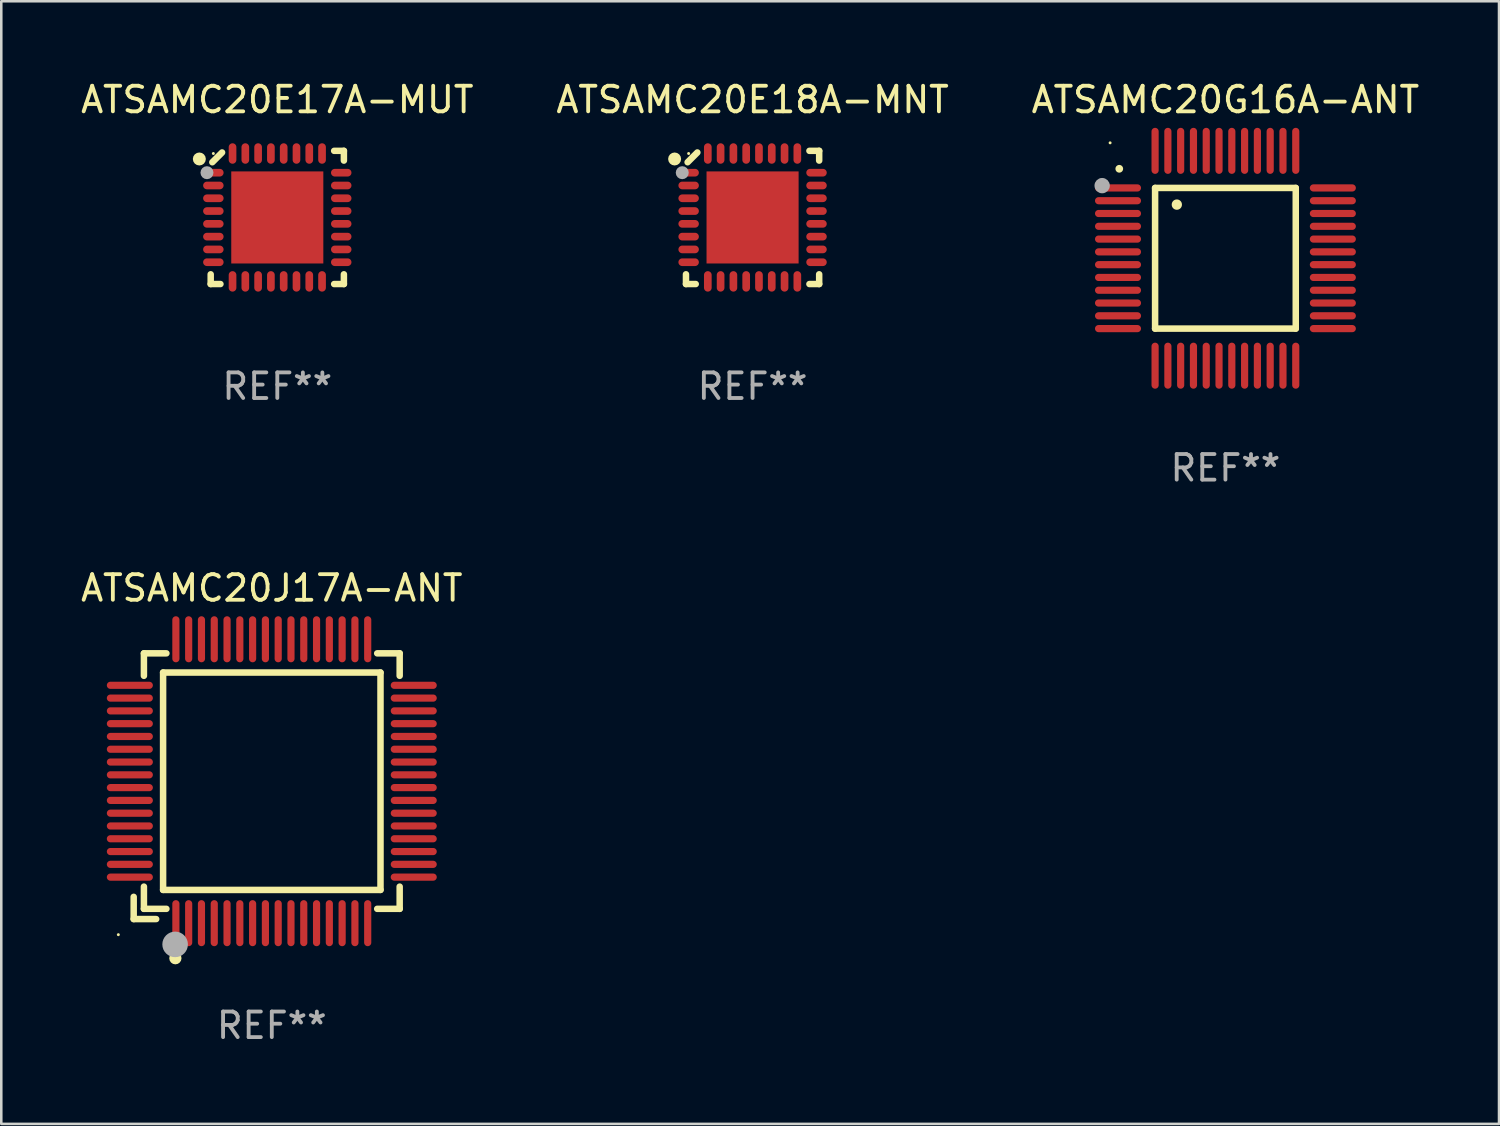
<source format=kicad_pcb>
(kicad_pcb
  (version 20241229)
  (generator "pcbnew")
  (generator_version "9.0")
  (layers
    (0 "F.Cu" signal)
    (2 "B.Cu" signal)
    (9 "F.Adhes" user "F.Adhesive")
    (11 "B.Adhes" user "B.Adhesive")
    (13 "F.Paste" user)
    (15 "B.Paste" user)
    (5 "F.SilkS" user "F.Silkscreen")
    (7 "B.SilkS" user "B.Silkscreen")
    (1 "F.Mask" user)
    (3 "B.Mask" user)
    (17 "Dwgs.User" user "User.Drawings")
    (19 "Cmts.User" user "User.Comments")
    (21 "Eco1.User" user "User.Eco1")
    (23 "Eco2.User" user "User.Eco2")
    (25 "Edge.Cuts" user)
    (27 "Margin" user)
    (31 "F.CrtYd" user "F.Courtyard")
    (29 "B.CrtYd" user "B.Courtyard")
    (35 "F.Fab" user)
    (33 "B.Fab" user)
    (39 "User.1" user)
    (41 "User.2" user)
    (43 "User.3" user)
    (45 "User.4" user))
  (footprint "ATSAMC20E18A-MNT"
    (layer "F.Cu")
    (at 26.375 5.452)
    (property "Reference" "ATSAMC20E18A-MNT" (at 0 -4.604 0) (layer "F.SilkS") (effects (font (size 1 1) (thickness 0.15))))
    (attr through_hole)
    (fp_line (start -2.604 2.223) (end -2.604 2.604) (stroke (width 0.254) (type solid)) (layer "F.SilkS"))
    (fp_line (start -2.604 2.604) (end -2.223 2.604) (stroke (width 0.254) (type solid)) (layer "F.SilkS"))
    (fp_line (start -2.159 -2.54) (end -2.54 -2.159) (stroke (width 0.254) (type solid)) (layer "F.SilkS"))
    (fp_line (start 2.223 2.604) (end 2.604 2.604) (stroke (width 0.254) (type solid)) (layer "F.SilkS"))
    (fp_line (start 2.604 -2.604) (end 2.223 -2.604) (stroke (width 0.254) (type solid)) (layer "F.SilkS"))
    (fp_line (start 2.604 -2.223) (end 2.604 -2.604) (stroke (width 0.254) (type solid)) (layer "F.SilkS"))
    (fp_line (start 2.604 2.604) (end 2.604 2.223) (stroke (width 0.254) (type solid)) (layer "F.SilkS"))
    (fp_circle (center -3.048 -2.286) (end -2.921 -2.286) (stroke (width 0.254) (type solid)) (fill no) (layer "F.SilkS"))
    (fp_circle (center -2.5 -2.5) (end -2.47 -2.5) (stroke (width 0.06) (type solid)) (fill no) (layer "F.SilkS"))
    (fp_circle (center -2.75 -1.75) (end -2.623 -1.75) (stroke (width 0.254) (type solid)) (fill no) (layer "F.Fab"))
    (fp_text user "REF**" (at 0 6.604 0) (layer "F.Fab") (effects (font (size 1 1) (thickness 0.15))))
    (pad "1" smd oval (at -2.5 -1.75) (size 0.8 0.3) (layers "F.Cu" "F.Mask" "F.Paste"))
    (pad "2" smd oval (at -2.5 -1.25) (size 0.8 0.3) (layers "F.Cu" "F.Mask" "F.Paste"))
    (pad "3" smd oval (at -2.5 -0.75) (size 0.8 0.3) (layers "F.Cu" "F.Mask" "F.Paste"))
    (pad "4" smd oval (at -2.5 -0.25) (size 0.8 0.3) (layers "F.Cu" "F.Mask" "F.Paste"))
    (pad "5" smd oval (at -2.5 0.25) (size 0.8 0.3) (layers "F.Cu" "F.Mask" "F.Paste"))
    (pad "6" smd oval (at -2.5 0.75) (size 0.8 0.3) (layers "F.Cu" "F.Mask" "F.Paste"))
    (pad "7" smd oval (at -2.5 1.25) (size 0.8 0.3) (layers "F.Cu" "F.Mask" "F.Paste"))
    (pad "8" smd oval (at -2.5 1.75) (size 0.8 0.3) (layers "F.Cu" "F.Mask" "F.Paste"))
    (pad "9" smd oval (at -1.75 2.5) (size 0.3 0.8) (layers "F.Cu" "F.Mask" "F.Paste"))
    (pad "10" smd oval (at -1.25 2.5) (size 0.3 0.8) (layers "F.Cu" "F.Mask" "F.Paste"))
    (pad "11" smd oval (at -0.75 2.5) (size 0.3 0.8) (layers "F.Cu" "F.Mask" "F.Paste"))
    (pad "12" smd oval (at -0.25 2.5) (size 0.3 0.8) (layers "F.Cu" "F.Mask" "F.Paste"))
    (pad "13" smd oval (at 0.25 2.5) (size 0.3 0.8) (layers "F.Cu" "F.Mask" "F.Paste"))
    (pad "14" smd oval (at 0.75 2.5) (size 0.3 0.8) (layers "F.Cu" "F.Mask" "F.Paste"))
    (pad "15" smd oval (at 1.25 2.5) (size 0.3 0.8) (layers "F.Cu" "F.Mask" "F.Paste"))
    (pad "16" smd oval (at 1.75 2.5) (size 0.3 0.8) (layers "F.Cu" "F.Mask" "F.Paste"))
    (pad "17" smd oval (at 2.5 1.75) (size 0.8 0.3) (layers "F.Cu" "F.Mask" "F.Paste"))
    (pad "18" smd oval (at 2.5 1.25) (size 0.8 0.3) (layers "F.Cu" "F.Mask" "F.Paste"))
    (pad "19" smd oval (at 2.5 0.75) (size 0.8 0.3) (layers "F.Cu" "F.Mask" "F.Paste"))
    (pad "20" smd oval (at 2.5 0.25) (size 0.8 0.3) (layers "F.Cu" "F.Mask" "F.Paste"))
    (pad "21" smd oval (at 2.5 -0.25) (size 0.8 0.3) (layers "F.Cu" "F.Mask" "F.Paste"))
    (pad "22" smd oval (at 2.5 -0.75) (size 0.8 0.3) (layers "F.Cu" "F.Mask" "F.Paste"))
    (pad "23" smd oval (at 2.5 -1.25) (size 0.8 0.3) (layers "F.Cu" "F.Mask" "F.Paste"))
    (pad "24" smd oval (at 2.5 -1.75) (size 0.8 0.3) (layers "F.Cu" "F.Mask" "F.Paste"))
    (pad "25" smd oval (at 1.75 -2.5) (size 0.3 0.8) (layers "F.Cu" "F.Mask" "F.Paste"))
    (pad "26" smd oval (at 1.25 -2.5) (size 0.3 0.8) (layers "F.Cu" "F.Mask" "F.Paste"))
    (pad "27" smd oval (at 0.75 -2.5) (size 0.3 0.8) (layers "F.Cu" "F.Mask" "F.Paste"))
    (pad "28" smd oval (at 0.25 -2.5) (size 0.3 0.8) (layers "F.Cu" "F.Mask" "F.Paste"))
    (pad "29" smd oval (at -0.25 -2.5) (size 0.3 0.8) (layers "F.Cu" "F.Mask" "F.Paste"))
    (pad "30" smd oval (at -0.75 -2.5) (size 0.3 0.8) (layers "F.Cu" "F.Mask" "F.Paste"))
    (pad "31" smd oval (at -1.25 -2.5) (size 0.3 0.8) (layers "F.Cu" "F.Mask" "F.Paste"))
    (pad "32" smd oval (at -1.75 -2.5) (size 0.3 0.8) (layers "F.Cu" "F.Mask" "F.Paste"))
    (pad "33" smd rect (at -0.000076 0) (size 3.6 3.6) (layers "F.Cu" "F.Mask" "F.Paste")))
  (footprint "ATSAMC20G16A-ANT"
    (layer "F.Cu")
    (at 44.863 7.048)
    (property "Reference" "ATSAMC20G16A-ANT" (at 0 -6.2 0) (layer "F.SilkS") (effects (font (size 1 1) (thickness 0.15))))
    (attr through_hole)
    (fp_line (start -2.75 -2.75) (end 2.75 -2.75) (stroke (width 0.254) (type solid)) (layer "F.SilkS"))
    (fp_line (start -2.75 2.75) (end -2.75 -2.75) (stroke (width 0.254) (type solid)) (layer "F.SilkS"))
    (fp_line (start 2.75 -2.75) (end 2.75 2.75) (stroke (width 0.254) (type solid)) (layer "F.SilkS"))
    (fp_line (start 2.75 2.75) (end -2.75 2.75) (stroke (width 0.254) (type solid)) (layer "F.SilkS"))
    (fp_arc (start -4.150368 -3.497587) (mid -4.150373 -3.498857) (end -4.150368 -3.500127) (stroke (width 0.3) (type solid)) (layer "F.SilkS"))
    (fp_arc (start -1.899924 -2.095504) (mid -1.89994 -2.098044) (end -1.899924 -2.100584) (stroke (width 0.4) (type solid)) (layer "F.SilkS"))
    (fp_circle (center -4.509 -4.513) (end -4.479 -4.513) (stroke (width 0.06) (type solid)) (fill no) (layer "F.SilkS"))
    (fp_circle (center -4.82 -2.84) (end -4.67 -2.84) (stroke (width 0.3) (type solid)) (fill no) (layer "F.Fab"))
    (fp_text user "REF**" (at 0 8.2 0) (layer "F.Fab") (effects (font (size 1 1) (thickness 0.15))))
    (pad "1" smd oval (at -4.2 -2.75 90) (size 0.28 1.8) (layers "F.Cu" "F.Mask" "F.Paste"))
    (pad "2" smd oval (at -4.2 -2.25 90) (size 0.28 1.8) (layers "F.Cu" "F.Mask" "F.Paste"))
    (pad "3" smd oval (at -4.2 -1.75 90) (size 0.28 1.8) (layers "F.Cu" "F.Mask" "F.Paste"))
    (pad "4" smd oval (at -4.2 -1.25 90) (size 0.28 1.8) (layers "F.Cu" "F.Mask" "F.Paste"))
    (pad "5" smd oval (at -4.2 -0.75 90) (size 0.28 1.8) (layers "F.Cu" "F.Mask" "F.Paste"))
    (pad "6" smd oval (at -4.2 -0.25 90) (size 0.28 1.8) (layers "F.Cu" "F.Mask" "F.Paste"))
    (pad "7" smd oval (at -4.2 0.25 90) (size 0.28 1.8) (layers "F.Cu" "F.Mask" "F.Paste"))
    (pad "8" smd oval (at -4.2 0.75 90) (size 0.28 1.8) (layers "F.Cu" "F.Mask" "F.Paste"))
    (pad "9" smd oval (at -4.2 1.25 90) (size 0.28 1.8) (layers "F.Cu" "F.Mask" "F.Paste"))
    (pad "10" smd oval (at -4.2 1.75 90) (size 0.28 1.8) (layers "F.Cu" "F.Mask" "F.Paste"))
    (pad "11" smd oval (at -4.2 2.25 90) (size 0.28 1.8) (layers "F.Cu" "F.Mask" "F.Paste"))
    (pad "12" smd oval (at -4.2 2.75 90) (size 0.28 1.8) (layers "F.Cu" "F.Mask" "F.Paste"))
    (pad "13" smd oval (at -2.75 4.2) (size 0.28 1.8) (layers "F.Cu" "F.Mask" "F.Paste"))
    (pad "14" smd oval (at -2.25 4.2) (size 0.28 1.8) (layers "F.Cu" "F.Mask" "F.Paste"))
    (pad "15" smd oval (at -1.75 4.2) (size 0.28 1.8) (layers "F.Cu" "F.Mask" "F.Paste"))
    (pad "16" smd oval (at -1.25 4.2) (size 0.28 1.8) (layers "F.Cu" "F.Mask" "F.Paste"))
    (pad "17" smd oval (at -0.75 4.2) (size 0.28 1.8) (layers "F.Cu" "F.Mask" "F.Paste"))
    (pad "18" smd oval (at -0.25 4.2) (size 0.28 1.8) (layers "F.Cu" "F.Mask" "F.Paste"))
    (pad "19" smd oval (at 0.25 4.2) (size 0.28 1.8) (layers "F.Cu" "F.Mask" "F.Paste"))
    (pad "20" smd oval (at 0.75 4.2) (size 0.28 1.8) (layers "F.Cu" "F.Mask" "F.Paste"))
    (pad "21" smd oval (at 1.25 4.2) (size 0.28 1.8) (layers "F.Cu" "F.Mask" "F.Paste"))
    (pad "22" smd oval (at 1.75 4.2) (size 0.28 1.8) (layers "F.Cu" "F.Mask" "F.Paste"))
    (pad "23" smd oval (at 2.25 4.2) (size 0.28 1.8) (layers "F.Cu" "F.Mask" "F.Paste"))
    (pad "24" smd oval (at 2.75 4.2) (size 0.28 1.8) (layers "F.Cu" "F.Mask" "F.Paste"))
    (pad "25" smd oval (at 4.2 2.75 90) (size 0.28 1.8) (layers "F.Cu" "F.Mask" "F.Paste"))
    (pad "26" smd oval (at 4.2 2.25 90) (size 0.28 1.8) (layers "F.Cu" "F.Mask" "F.Paste"))
    (pad "27" smd oval (at 4.2 1.75 90) (size 0.28 1.8) (layers "F.Cu" "F.Mask" "F.Paste"))
    (pad "28" smd oval (at 4.2 1.25 90) (size 0.28 1.8) (layers "F.Cu" "F.Mask" "F.Paste"))
    (pad "29" smd oval (at 4.2 0.75 90) (size 0.28 1.8) (layers "F.Cu" "F.Mask" "F.Paste"))
    (pad "30" smd oval (at 4.2 0.25 90) (size 0.28 1.8) (layers "F.Cu" "F.Mask" "F.Paste"))
    (pad "31" smd oval (at 4.2 -0.25 90) (size 0.28 1.8) (layers "F.Cu" "F.Mask" "F.Paste"))
    (pad "32" smd oval (at 4.2 -0.75 90) (size 0.28 1.8) (layers "F.Cu" "F.Mask" "F.Paste"))
    (pad "33" smd oval (at 4.2 -1.25 90) (size 0.28 1.8) (layers "F.Cu" "F.Mask" "F.Paste"))
    (pad "34" smd oval (at 4.2 -1.75 90) (size 0.28 1.8) (layers "F.Cu" "F.Mask" "F.Paste"))
    (pad "35" smd oval (at 4.2 -2.25 90) (size 0.28 1.8) (layers "F.Cu" "F.Mask" "F.Paste"))
    (pad "36" smd oval (at 4.2 -2.75 90) (size 0.28 1.8) (layers "F.Cu" "F.Mask" "F.Paste"))
    (pad "37" smd oval (at 2.75 -4.2) (size 0.28 1.8) (layers "F.Cu" "F.Mask" "F.Paste"))
    (pad "38" smd oval (at 2.25 -4.2) (size 0.28 1.8) (layers "F.Cu" "F.Mask" "F.Paste"))
    (pad "39" smd oval (at 1.75 -4.2) (size 0.28 1.8) (layers "F.Cu" "F.Mask" "F.Paste"))
    (pad "40" smd oval (at 1.25 -4.2) (size 0.28 1.8) (layers "F.Cu" "F.Mask" "F.Paste"))
    (pad "41" smd oval (at 0.75 -4.2) (size 0.28 1.8) (layers "F.Cu" "F.Mask" "F.Paste"))
    (pad "42" smd oval (at 0.25 -4.2) (size 0.28 1.8) (layers "F.Cu" "F.Mask" "F.Paste"))
    (pad "43" smd oval (at -0.25 -4.2) (size 0.28 1.8) (layers "F.Cu" "F.Mask" "F.Paste"))
    (pad "44" smd oval (at -0.75 -4.2) (size 0.28 1.8) (layers "F.Cu" "F.Mask" "F.Paste"))
    (pad "45" smd oval (at -1.25 -4.2) (size 0.28 1.8) (layers "F.Cu" "F.Mask" "F.Paste"))
    (pad "46" smd oval (at -1.75 -4.2) (size 0.28 1.8) (layers "F.Cu" "F.Mask" "F.Paste"))
    (pad "47" smd oval (at -2.25 -4.2) (size 0.28 1.8) (layers "F.Cu" "F.Mask" "F.Paste"))
    (pad "48" smd oval (at -2.75 -4.2) (size 0.28 1.8) (layers "F.Cu" "F.Mask" "F.Paste")))
  (footprint "ATSAMC20E17A-MUT"
    (layer "F.Cu")
    (at 7.792 5.452)
    (property "Reference" "ATSAMC20E17A-MUT" (at 0 -4.604 0) (layer "F.SilkS") (effects (font (size 1 1) (thickness 0.15))))
    (attr through_hole)
    (fp_line (start -2.604 2.223) (end -2.604 2.604) (stroke (width 0.254) (type solid)) (layer "F.SilkS"))
    (fp_line (start -2.604 2.604) (end -2.223 2.604) (stroke (width 0.254) (type solid)) (layer "F.SilkS"))
    (fp_line (start -2.159 -2.54) (end -2.54 -2.159) (stroke (width 0.254) (type solid)) (layer "F.SilkS"))
    (fp_line (start 2.223 2.604) (end 2.604 2.604) (stroke (width 0.254) (type solid)) (layer "F.SilkS"))
    (fp_line (start 2.604 -2.604) (end 2.223 -2.604) (stroke (width 0.254) (type solid)) (layer "F.SilkS"))
    (fp_line (start 2.604 -2.223) (end 2.604 -2.604) (stroke (width 0.254) (type solid)) (layer "F.SilkS"))
    (fp_line (start 2.604 2.604) (end 2.604 2.223) (stroke (width 0.254) (type solid)) (layer "F.SilkS"))
    (fp_circle (center -3.048 -2.286) (end -2.921 -2.286) (stroke (width 0.254) (type solid)) (fill no) (layer "F.SilkS"))
    (fp_circle (center -2.5 -2.5) (end -2.47 -2.5) (stroke (width 0.06) (type solid)) (fill no) (layer "F.SilkS"))
    (fp_circle (center -2.75 -1.75) (end -2.623 -1.75) (stroke (width 0.254) (type solid)) (fill no) (layer "F.Fab"))
    (fp_text user "REF**" (at 0 6.604 0) (layer "F.Fab") (effects (font (size 1 1) (thickness 0.15))))
    (pad "1" smd oval (at -2.5 -1.75) (size 0.8 0.3) (layers "F.Cu" "F.Mask" "F.Paste"))
    (pad "2" smd oval (at -2.5 -1.25) (size 0.8 0.3) (layers "F.Cu" "F.Mask" "F.Paste"))
    (pad "3" smd oval (at -2.5 -0.75) (size 0.8 0.3) (layers "F.Cu" "F.Mask" "F.Paste"))
    (pad "4" smd oval (at -2.5 -0.25) (size 0.8 0.3) (layers "F.Cu" "F.Mask" "F.Paste"))
    (pad "5" smd oval (at -2.5 0.25) (size 0.8 0.3) (layers "F.Cu" "F.Mask" "F.Paste"))
    (pad "6" smd oval (at -2.5 0.75) (size 0.8 0.3) (layers "F.Cu" "F.Mask" "F.Paste"))
    (pad "7" smd oval (at -2.5 1.25) (size 0.8 0.3) (layers "F.Cu" "F.Mask" "F.Paste"))
    (pad "8" smd oval (at -2.5 1.75) (size 0.8 0.3) (layers "F.Cu" "F.Mask" "F.Paste"))
    (pad "9" smd oval (at -1.75 2.5) (size 0.3 0.8) (layers "F.Cu" "F.Mask" "F.Paste"))
    (pad "10" smd oval (at -1.25 2.5) (size 0.3 0.8) (layers "F.Cu" "F.Mask" "F.Paste"))
    (pad "11" smd oval (at -0.75 2.5) (size 0.3 0.8) (layers "F.Cu" "F.Mask" "F.Paste"))
    (pad "12" smd oval (at -0.25 2.5) (size 0.3 0.8) (layers "F.Cu" "F.Mask" "F.Paste"))
    (pad "13" smd oval (at 0.25 2.5) (size 0.3 0.8) (layers "F.Cu" "F.Mask" "F.Paste"))
    (pad "14" smd oval (at 0.75 2.5) (size 0.3 0.8) (layers "F.Cu" "F.Mask" "F.Paste"))
    (pad "15" smd oval (at 1.25 2.5) (size 0.3 0.8) (layers "F.Cu" "F.Mask" "F.Paste"))
    (pad "16" smd oval (at 1.75 2.5) (size 0.3 0.8) (layers "F.Cu" "F.Mask" "F.Paste"))
    (pad "17" smd oval (at 2.5 1.75) (size 0.8 0.3) (layers "F.Cu" "F.Mask" "F.Paste"))
    (pad "18" smd oval (at 2.5 1.25) (size 0.8 0.3) (layers "F.Cu" "F.Mask" "F.Paste"))
    (pad "19" smd oval (at 2.5 0.75) (size 0.8 0.3) (layers "F.Cu" "F.Mask" "F.Paste"))
    (pad "20" smd oval (at 2.5 0.25) (size 0.8 0.3) (layers "F.Cu" "F.Mask" "F.Paste"))
    (pad "21" smd oval (at 2.5 -0.25) (size 0.8 0.3) (layers "F.Cu" "F.Mask" "F.Paste"))
    (pad "22" smd oval (at 2.5 -0.75) (size 0.8 0.3) (layers "F.Cu" "F.Mask" "F.Paste"))
    (pad "23" smd oval (at 2.5 -1.25) (size 0.8 0.3) (layers "F.Cu" "F.Mask" "F.Paste"))
    (pad "24" smd oval (at 2.5 -1.75) (size 0.8 0.3) (layers "F.Cu" "F.Mask" "F.Paste"))
    (pad "25" smd oval (at 1.75 -2.5) (size 0.3 0.8) (layers "F.Cu" "F.Mask" "F.Paste"))
    (pad "26" smd oval (at 1.25 -2.5) (size 0.3 0.8) (layers "F.Cu" "F.Mask" "F.Paste"))
    (pad "27" smd oval (at 0.75 -2.5) (size 0.3 0.8) (layers "F.Cu" "F.Mask" "F.Paste"))
    (pad "28" smd oval (at 0.25 -2.5) (size 0.3 0.8) (layers "F.Cu" "F.Mask" "F.Paste"))
    (pad "29" smd oval (at -0.25 -2.5) (size 0.3 0.8) (layers "F.Cu" "F.Mask" "F.Paste"))
    (pad "30" smd oval (at -0.75 -2.5) (size 0.3 0.8) (layers "F.Cu" "F.Mask" "F.Paste"))
    (pad "31" smd oval (at -1.25 -2.5) (size 0.3 0.8) (layers "F.Cu" "F.Mask" "F.Paste"))
    (pad "32" smd oval (at -1.75 -2.5) (size 0.3 0.8) (layers "F.Cu" "F.Mask" "F.Paste"))
    (pad "33" smd rect (at -0.000076 0) (size 3.6 3.6) (layers "F.Cu" "F.Mask" "F.Paste")))
  (footprint "ATSAMC20J17A-ANT"
    (layer "F.Cu")
    (at 7.577 27.495)
    (property "Reference" "ATSAMC20J17A-ANT" (at 0 -7.55 0) (layer "F.SilkS") (effects (font (size 1 1) (thickness 0.15))))
    (attr through_hole)
    (fp_line (start -5.4 4.521) (end -5.4 5.39) (stroke (width 0.254) (type solid)) (layer "F.SilkS"))
    (fp_line (start -5.4 5.39) (end -4.521 5.39) (stroke (width 0.254) (type solid)) (layer "F.SilkS"))
    (fp_line (start -5 -5) (end -5 -4.121) (stroke (width 0.254) (type solid)) (layer "F.SilkS"))
    (fp_line (start -5 4.121) (end -5 4.99) (stroke (width 0.254) (type solid)) (layer "F.SilkS"))
    (fp_line (start -5 4.99) (end -4.121 4.99) (stroke (width 0.254) (type solid)) (layer "F.SilkS"))
    (fp_line (start -4.25 -4.25) (end -4.25 4.25) (stroke (width 0.254) (type solid)) (layer "F.SilkS"))
    (fp_line (start -4.25 4.25) (end 4.25 4.25) (stroke (width 0.254) (type solid)) (layer "F.SilkS"))
    (fp_line (start -4.121 -5) (end -5 -5) (stroke (width 0.254) (type solid)) (layer "F.SilkS"))
    (fp_line (start 4.121 4.99) (end 5 4.99) (stroke (width 0.254) (type solid)) (layer "F.SilkS"))
    (fp_line (start 4.25 -4.25) (end -4.25 -4.25) (stroke (width 0.254) (type solid)) (layer "F.SilkS"))
    (fp_line (start 4.25 4.25) (end 4.25 -4.25) (stroke (width 0.254) (type solid)) (layer "F.SilkS"))
    (fp_line (start 5 -5) (end 4.121 -5) (stroke (width 0.254) (type solid)) (layer "F.SilkS"))
    (fp_line (start 5 -4.121) (end 5 -5) (stroke (width 0.254) (type solid)) (layer "F.SilkS"))
    (fp_line (start 5 4.99) (end 5 4.121) (stroke (width 0.254) (type solid)) (layer "F.SilkS"))
    (fp_circle (center -6 6) (end -5.97 6) (stroke (width 0.06) (type solid)) (fill no) (layer "F.SilkS"))
    (fp_circle (center -3.77 6.92) (end -3.65 6.92) (stroke (width 0.24) (type solid)) (fill no) (layer "F.SilkS"))
    (fp_circle (center -3.78 6.38) (end -3.53 6.38) (stroke (width 0.5) (type solid)) (fill no) (layer "F.Fab"))
    (fp_text user "REF**" (at 0 9.55 0) (layer "F.Fab") (effects (font (size 1 1) (thickness 0.15))))
    (pad "1" smd oval (at -3.75 5.55) (size 0.28 1.8) (layers "F.Cu" "F.Mask" "F.Paste"))
    (pad "2" smd oval (at -3.25 5.55) (size 0.28 1.8) (layers "F.Cu" "F.Mask" "F.Paste"))
    (pad "3" smd oval (at -2.75 5.55) (size 0.28 1.8) (layers "F.Cu" "F.Mask" "F.Paste"))
    (pad "4" smd oval (at -2.25 5.55) (size 0.28 1.8) (layers "F.Cu" "F.Mask" "F.Paste"))
    (pad "5" smd oval (at -1.75 5.55) (size 0.28 1.8) (layers "F.Cu" "F.Mask" "F.Paste"))
    (pad "6" smd oval (at -1.25 5.55) (size 0.28 1.8) (layers "F.Cu" "F.Mask" "F.Paste"))
    (pad "7" smd oval (at -0.75 5.55) (size 0.28 1.8) (layers "F.Cu" "F.Mask" "F.Paste"))
    (pad "8" smd oval (at -0.25 5.55) (size 0.28 1.8) (layers "F.Cu" "F.Mask" "F.Paste"))
    (pad "9" smd oval (at 0.25 5.55) (size 0.28 1.8) (layers "F.Cu" "F.Mask" "F.Paste"))
    (pad "10" smd oval (at 0.75 5.55) (size 0.28 1.8) (layers "F.Cu" "F.Mask" "F.Paste"))
    (pad "11" smd oval (at 1.25 5.55) (size 0.28 1.8) (layers "F.Cu" "F.Mask" "F.Paste"))
    (pad "12" smd oval (at 1.75 5.55) (size 0.28 1.8) (layers "F.Cu" "F.Mask" "F.Paste"))
    (pad "13" smd oval (at 2.25 5.55) (size 0.28 1.8) (layers "F.Cu" "F.Mask" "F.Paste"))
    (pad "14" smd oval (at 2.75 5.55) (size 0.28 1.8) (layers "F.Cu" "F.Mask" "F.Paste"))
    (pad "15" smd oval (at 3.25 5.55) (size 0.28 1.8) (layers "F.Cu" "F.Mask" "F.Paste"))
    (pad "16" smd oval (at 3.75 5.55) (size 0.28 1.8) (layers "F.Cu" "F.Mask" "F.Paste"))
    (pad "17" smd oval (at 5.55 3.75) (size 1.8 0.28) (layers "F.Cu" "F.Mask" "F.Paste"))
    (pad "18" smd oval (at 5.55 3.25) (size 1.8 0.28) (layers "F.Cu" "F.Mask" "F.Paste"))
    (pad "19" smd oval (at 5.55 2.75) (size 1.8 0.28) (layers "F.Cu" "F.Mask" "F.Paste"))
    (pad "20" smd oval (at 5.55 2.25) (size 1.8 0.28) (layers "F.Cu" "F.Mask" "F.Paste"))
    (pad "21" smd oval (at 5.55 1.75) (size 1.8 0.28) (layers "F.Cu" "F.Mask" "F.Paste"))
    (pad "22" smd oval (at 5.55 1.25) (size 1.8 0.28) (layers "F.Cu" "F.Mask" "F.Paste"))
    (pad "23" smd oval (at 5.55 0.75) (size 1.8 0.28) (layers "F.Cu" "F.Mask" "F.Paste"))
    (pad "24" smd oval (at 5.55 0.25) (size 1.8 0.28) (layers "F.Cu" "F.Mask" "F.Paste"))
    (pad "25" smd oval (at 5.55 -0.25) (size 1.8 0.28) (layers "F.Cu" "F.Mask" "F.Paste"))
    (pad "26" smd oval (at 5.55 -0.75) (size 1.8 0.28) (layers "F.Cu" "F.Mask" "F.Paste"))
    (pad "27" smd oval (at 5.55 -1.25) (size 1.8 0.28) (layers "F.Cu" "F.Mask" "F.Paste"))
    (pad "28" smd oval (at 5.55 -1.75) (size 1.8 0.28) (layers "F.Cu" "F.Mask" "F.Paste"))
    (pad "29" smd oval (at 5.55 -2.25) (size 1.8 0.28) (layers "F.Cu" "F.Mask" "F.Paste"))
    (pad "30" smd oval (at 5.55 -2.75) (size 1.8 0.28) (layers "F.Cu" "F.Mask" "F.Paste"))
    (pad "31" smd oval (at 5.55 -3.25) (size 1.8 0.28) (layers "F.Cu" "F.Mask" "F.Paste"))
    (pad "32" smd oval (at 5.55 -3.75) (size 1.8 0.28) (layers "F.Cu" "F.Mask" "F.Paste"))
    (pad "33" smd oval (at 3.75 -5.55) (size 0.28 1.8) (layers "F.Cu" "F.Mask" "F.Paste"))
    (pad "34" smd oval (at 3.25 -5.55) (size 0.28 1.8) (layers "F.Cu" "F.Mask" "F.Paste"))
    (pad "35" smd oval (at 2.75 -5.55) (size 0.28 1.8) (layers "F.Cu" "F.Mask" "F.Paste"))
    (pad "36" smd oval (at 2.25 -5.55) (size 0.28 1.8) (layers "F.Cu" "F.Mask" "F.Paste"))
    (pad "37" smd oval (at 1.75 -5.55) (size 0.28 1.8) (layers "F.Cu" "F.Mask" "F.Paste"))
    (pad "38" smd oval (at 1.25 -5.55) (size 0.28 1.8) (layers "F.Cu" "F.Mask" "F.Paste"))
    (pad "39" smd oval (at 0.75 -5.55) (size 0.28 1.8) (layers "F.Cu" "F.Mask" "F.Paste"))
    (pad "40" smd oval (at 0.25 -5.55) (size 0.28 1.8) (layers "F.Cu" "F.Mask" "F.Paste"))
    (pad "41" smd oval (at -0.25 -5.55) (size 0.28 1.8) (layers "F.Cu" "F.Mask" "F.Paste"))
    (pad "42" smd oval (at -0.75 -5.55) (size 0.28 1.8) (layers "F.Cu" "F.Mask" "F.Paste"))
    (pad "43" smd oval (at -1.25 -5.55) (size 0.28 1.8) (layers "F.Cu" "F.Mask" "F.Paste"))
    (pad "44" smd oval (at -1.75 -5.55) (size 0.28 1.8) (layers "F.Cu" "F.Mask" "F.Paste"))
    (pad "45" smd oval (at -2.25 -5.55) (size 0.28 1.8) (layers "F.Cu" "F.Mask" "F.Paste"))
    (pad "46" smd oval (at -2.75 -5.55) (size 0.28 1.8) (layers "F.Cu" "F.Mask" "F.Paste"))
    (pad "47" smd oval (at -3.25 -5.55) (size 0.28 1.8) (layers "F.Cu" "F.Mask" "F.Paste"))
    (pad "48" smd oval (at -3.75 -5.55) (size 0.28 1.8) (layers "F.Cu" "F.Mask" "F.Paste"))
    (pad "49" smd oval (at -5.55 -3.75) (size 1.8 0.28) (layers "F.Cu" "F.Mask" "F.Paste"))
    (pad "50" smd oval (at -5.55 -3.25) (size 1.8 0.28) (layers "F.Cu" "F.Mask" "F.Paste"))
    (pad "51" smd oval (at -5.55 -2.75) (size 1.8 0.28) (layers "F.Cu" "F.Mask" "F.Paste"))
    (pad "52" smd oval (at -5.55 -2.25) (size 1.8 0.28) (layers "F.Cu" "F.Mask" "F.Paste"))
    (pad "53" smd oval (at -5.55 -1.75) (size 1.8 0.28) (layers "F.Cu" "F.Mask" "F.Paste"))
    (pad "54" smd oval (at -5.55 -1.25) (size 1.8 0.28) (layers "F.Cu" "F.Mask" "F.Paste"))
    (pad "55" smd oval (at -5.55 -0.75) (size 1.8 0.28) (layers "F.Cu" "F.Mask" "F.Paste"))
    (pad "56" smd oval (at -5.55 -0.25) (size 1.8 0.28) (layers "F.Cu" "F.Mask" "F.Paste"))
    (pad "57" smd oval (at -5.55 0.25) (size 1.8 0.28) (layers "F.Cu" "F.Mask" "F.Paste"))
    (pad "58" smd oval (at -5.55 0.75) (size 1.8 0.28) (layers "F.Cu" "F.Mask" "F.Paste"))
    (pad "59" smd oval (at -5.55 1.25) (size 1.8 0.28) (layers "F.Cu" "F.Mask" "F.Paste"))
    (pad "60" smd oval (at -5.55 1.75) (size 1.8 0.28) (layers "F.Cu" "F.Mask" "F.Paste"))
    (pad "61" smd oval (at -5.55 2.25) (size 1.8 0.28) (layers "F.Cu" "F.Mask" "F.Paste"))
    (pad "62" smd oval (at -5.55 2.75) (size 1.8 0.28) (layers "F.Cu" "F.Mask" "F.Paste"))
    (pad "63" smd oval (at -5.55 3.25) (size 1.8 0.28) (layers "F.Cu" "F.Mask" "F.Paste"))
    (pad "64" smd oval (at -5.55 3.75) (size 1.8 0.28) (layers "F.Cu" "F.Mask" "F.Paste")))
  (gr_rect
    (start -3 -3)
    (end 55.56 40.893)
    (stroke (width 0.1) (type default))
    (fill no)
    (layer "Edge.Cuts")))
</source>
